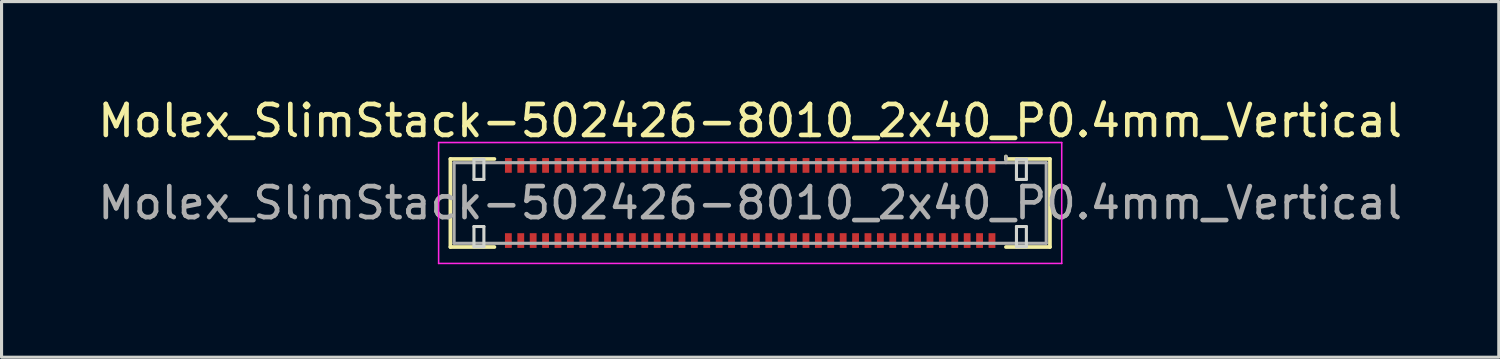
<source format=kicad_pcb>
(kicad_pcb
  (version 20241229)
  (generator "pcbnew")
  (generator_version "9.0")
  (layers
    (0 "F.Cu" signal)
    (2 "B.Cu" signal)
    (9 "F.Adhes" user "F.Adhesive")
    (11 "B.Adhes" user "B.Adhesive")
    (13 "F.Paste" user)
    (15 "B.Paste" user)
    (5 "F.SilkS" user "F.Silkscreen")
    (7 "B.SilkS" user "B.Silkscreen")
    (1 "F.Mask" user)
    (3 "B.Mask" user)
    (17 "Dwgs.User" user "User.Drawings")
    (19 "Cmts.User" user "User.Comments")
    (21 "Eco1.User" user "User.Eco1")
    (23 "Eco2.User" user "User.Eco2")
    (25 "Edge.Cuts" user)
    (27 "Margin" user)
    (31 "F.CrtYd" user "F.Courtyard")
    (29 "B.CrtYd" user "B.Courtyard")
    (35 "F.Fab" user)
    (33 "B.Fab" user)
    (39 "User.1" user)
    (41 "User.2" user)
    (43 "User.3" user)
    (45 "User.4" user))
  (footprint "Molex_SlimStack-502426-8010_2x40_P0.4mm_Vertical"
    (layer "F.Cu")
    (at 21.149 3.498)
    (property "Reference" "Molex_SlimStack-502426-8010_2x40_P0.4mm_Vertical" (at 0 -2.65 0) (layer "F.SilkS") (effects (font (size 1 1) (thickness 0.15))))
    (attr smd)
    (fp_line (start -9.67 -1.42) (end -8.25 -1.42) (stroke (width 0.12) (type solid)) (layer "F.SilkS"))
    (fp_line (start -9.67 1.42) (end -9.67 -1.42) (stroke (width 0.12) (type solid)) (layer "F.SilkS"))
    (fp_line (start -8.25 1.42) (end -9.67 1.42) (stroke (width 0.12) (type solid)) (layer "F.SilkS"))
    (fp_line (start 8.25 -1.42) (end 8.25 -1.5) (stroke (width 0.12) (type solid)) (layer "F.SilkS"))
    (fp_line (start 8.25 1.42) (end 9.67 1.42) (stroke (width 0.12) (type solid)) (layer "F.SilkS"))
    (fp_line (start 9.67 -1.42) (end 8.25 -1.42) (stroke (width 0.12) (type solid)) (layer "F.SilkS"))
    (fp_line (start 9.67 1.42) (end 9.67 -1.42) (stroke (width 0.12) (type solid)) (layer "F.SilkS"))
    (fp_line (start -8.91 -1.41) (end -8.91 -0.76) (stroke (width 0.1) (type solid)) (layer "Edge.Cuts"))
    (fp_line (start -8.91 -0.76) (end -8.59 -0.76) (stroke (width 0.1) (type solid)) (layer "Edge.Cuts"))
    (fp_line (start -8.91 0.76) (end -8.91 1.41) (stroke (width 0.1) (type solid)) (layer "Edge.Cuts"))
    (fp_line (start -8.91 1.41) (end -8.59 1.41) (stroke (width 0.1) (type solid)) (layer "Edge.Cuts"))
    (fp_line (start -8.59 -1.41) (end -8.91 -1.41) (stroke (width 0.1) (type solid)) (layer "Edge.Cuts"))
    (fp_line (start -8.59 -0.76) (end -8.59 -1.41) (stroke (width 0.1) (type solid)) (layer "Edge.Cuts"))
    (fp_line (start -8.59 0.76) (end -8.91 0.76) (stroke (width 0.1) (type solid)) (layer "Edge.Cuts"))
    (fp_line (start -8.59 1.41) (end -8.59 0.76) (stroke (width 0.1) (type solid)) (layer "Edge.Cuts"))
    (fp_line (start 8.59 -1.41) (end 8.59 -0.76) (stroke (width 0.1) (type solid)) (layer "Edge.Cuts"))
    (fp_line (start 8.59 -0.76) (end 8.91 -0.76) (stroke (width 0.1) (type solid)) (layer "Edge.Cuts"))
    (fp_line (start 8.59 0.76) (end 8.59 1.41) (stroke (width 0.1) (type solid)) (layer "Edge.Cuts"))
    (fp_line (start 8.59 1.41) (end 8.91 1.41) (stroke (width 0.1) (type solid)) (layer "Edge.Cuts"))
    (fp_line (start 8.91 -1.41) (end 8.59 -1.41) (stroke (width 0.1) (type solid)) (layer "Edge.Cuts"))
    (fp_line (start 8.91 -0.76) (end 8.91 -1.41) (stroke (width 0.1) (type solid)) (layer "Edge.Cuts"))
    (fp_line (start 8.91 0.76) (end 8.59 0.76) (stroke (width 0.1) (type solid)) (layer "Edge.Cuts"))
    (fp_line (start 8.91 1.41) (end 8.91 0.76) (stroke (width 0.1) (type solid)) (layer "Edge.Cuts"))
    (fp_line (start -10.05 -1.95) (end -10.05 1.95) (stroke (width 0.05) (type solid)) (layer "F.CrtYd"))
    (fp_line (start -10.05 1.95) (end 10.05 1.95) (stroke (width 0.05) (type solid)) (layer "F.CrtYd"))
    (fp_line (start 10.05 -1.95) (end -10.05 -1.95) (stroke (width 0.05) (type solid)) (layer "F.CrtYd"))
    (fp_line (start 10.05 1.95) (end 10.05 -1.95) (stroke (width 0.05) (type solid)) (layer "F.CrtYd"))
    (fp_line (start -9.55 -1.3) (end -9.55 1.3) (stroke (width 0.1) (type solid)) (layer "F.Fab"))
    (fp_line (start -9.55 1.3) (end 9.55 1.3) (stroke (width 0.1) (type solid)) (layer "F.Fab"))
    (fp_line (start 8.25 -1.3) (end 8.25 -1.5) (stroke (width 0.1) (type solid)) (layer "F.Fab"))
    (fp_line (start 9.55 -1.3) (end -9.55 -1.3) (stroke (width 0.1) (type solid)) (layer "F.Fab"))
    (fp_line (start 9.55 1.3) (end 9.55 -1.3) (stroke (width 0.1) (type solid)) (layer "F.Fab"))
    (fp_text user "${REFERENCE}" (at 0 0 0) (layer "F.Fab") (effects (font (size 1 1) (thickness 0.15))))
    (pad "1" smd rect (at 7.8 -1.212) (size 0.22 0.475) (layers "F.Cu" "F.Mask" "F.Paste"))
    (pad "2" smd rect (at 7.8 1.212) (size 0.22 0.475) (layers "F.Cu" "F.Mask" "F.Paste"))
    (pad "3" smd rect (at 7.4 -1.212) (size 0.22 0.475) (layers "F.Cu" "F.Mask" "F.Paste"))
    (pad "4" smd rect (at 7.4 1.212) (size 0.22 0.475) (layers "F.Cu" "F.Mask" "F.Paste"))
    (pad "5" smd rect (at 7 -1.212) (size 0.22 0.475) (layers "F.Cu" "F.Mask" "F.Paste"))
    (pad "6" smd rect (at 7 1.212) (size 0.22 0.475) (layers "F.Cu" "F.Mask" "F.Paste"))
    (pad "7" smd rect (at 6.6 -1.212) (size 0.22 0.475) (layers "F.Cu" "F.Mask" "F.Paste"))
    (pad "8" smd rect (at 6.6 1.212) (size 0.22 0.475) (layers "F.Cu" "F.Mask" "F.Paste"))
    (pad "9" smd rect (at 6.2 -1.212) (size 0.22 0.475) (layers "F.Cu" "F.Mask" "F.Paste"))
    (pad "10" smd rect (at 6.2 1.212) (size 0.22 0.475) (layers "F.Cu" "F.Mask" "F.Paste"))
    (pad "11" smd rect (at 5.8 -1.212) (size 0.22 0.475) (layers "F.Cu" "F.Mask" "F.Paste"))
    (pad "12" smd rect (at 5.8 1.212) (size 0.22 0.475) (layers "F.Cu" "F.Mask" "F.Paste"))
    (pad "13" smd rect (at 5.4 -1.212) (size 0.22 0.475) (layers "F.Cu" "F.Mask" "F.Paste"))
    (pad "14" smd rect (at 5.4 1.212) (size 0.22 0.475) (layers "F.Cu" "F.Mask" "F.Paste"))
    (pad "15" smd rect (at 5 -1.212) (size 0.22 0.475) (layers "F.Cu" "F.Mask" "F.Paste"))
    (pad "16" smd rect (at 5 1.212) (size 0.22 0.475) (layers "F.Cu" "F.Mask" "F.Paste"))
    (pad "17" smd rect (at 4.6 -1.212) (size 0.22 0.475) (layers "F.Cu" "F.Mask" "F.Paste"))
    (pad "18" smd rect (at 4.6 1.212) (size 0.22 0.475) (layers "F.Cu" "F.Mask" "F.Paste"))
    (pad "19" smd rect (at 4.2 -1.212) (size 0.22 0.475) (layers "F.Cu" "F.Mask" "F.Paste"))
    (pad "20" smd rect (at 4.2 1.212) (size 0.22 0.475) (layers "F.Cu" "F.Mask" "F.Paste"))
    (pad "21" smd rect (at 3.8 -1.212) (size 0.22 0.475) (layers "F.Cu" "F.Mask" "F.Paste"))
    (pad "22" smd rect (at 3.8 1.212) (size 0.22 0.475) (layers "F.Cu" "F.Mask" "F.Paste"))
    (pad "23" smd rect (at 3.4 -1.212) (size 0.22 0.475) (layers "F.Cu" "F.Mask" "F.Paste"))
    (pad "24" smd rect (at 3.4 1.212) (size 0.22 0.475) (layers "F.Cu" "F.Mask" "F.Paste"))
    (pad "25" smd rect (at 3 -1.212) (size 0.22 0.475) (layers "F.Cu" "F.Mask" "F.Paste"))
    (pad "26" smd rect (at 3 1.212) (size 0.22 0.475) (layers "F.Cu" "F.Mask" "F.Paste"))
    (pad "27" smd rect (at 2.6 -1.212) (size 0.22 0.475) (layers "F.Cu" "F.Mask" "F.Paste"))
    (pad "28" smd rect (at 2.6 1.212) (size 0.22 0.475) (layers "F.Cu" "F.Mask" "F.Paste"))
    (pad "29" smd rect (at 2.2 -1.212) (size 0.22 0.475) (layers "F.Cu" "F.Mask" "F.Paste"))
    (pad "30" smd rect (at 2.2 1.212) (size 0.22 0.475) (layers "F.Cu" "F.Mask" "F.Paste"))
    (pad "31" smd rect (at 1.8 -1.212) (size 0.22 0.475) (layers "F.Cu" "F.Mask" "F.Paste"))
    (pad "32" smd rect (at 1.8 1.212) (size 0.22 0.475) (layers "F.Cu" "F.Mask" "F.Paste"))
    (pad "33" smd rect (at 1.4 -1.212) (size 0.22 0.475) (layers "F.Cu" "F.Mask" "F.Paste"))
    (pad "34" smd rect (at 1.4 1.212) (size 0.22 0.475) (layers "F.Cu" "F.Mask" "F.Paste"))
    (pad "35" smd rect (at 1 -1.212) (size 0.22 0.475) (layers "F.Cu" "F.Mask" "F.Paste"))
    (pad "36" smd rect (at 1 1.212) (size 0.22 0.475) (layers "F.Cu" "F.Mask" "F.Paste"))
    (pad "37" smd rect (at 0.6 -1.212) (size 0.22 0.475) (layers "F.Cu" "F.Mask" "F.Paste"))
    (pad "38" smd rect (at 0.6 1.212) (size 0.22 0.475) (layers "F.Cu" "F.Mask" "F.Paste"))
    (pad "39" smd rect (at 0.2 -1.212) (size 0.22 0.475) (layers "F.Cu" "F.Mask" "F.Paste"))
    (pad "40" smd rect (at 0.2 1.212) (size 0.22 0.475) (layers "F.Cu" "F.Mask" "F.Paste"))
    (pad "41" smd rect (at -0.2 -1.212) (size 0.22 0.475) (layers "F.Cu" "F.Mask" "F.Paste"))
    (pad "42" smd rect (at -0.2 1.212) (size 0.22 0.475) (layers "F.Cu" "F.Mask" "F.Paste"))
    (pad "43" smd rect (at -0.6 -1.212) (size 0.22 0.475) (layers "F.Cu" "F.Mask" "F.Paste"))
    (pad "44" smd rect (at -0.6 1.212) (size 0.22 0.475) (layers "F.Cu" "F.Mask" "F.Paste"))
    (pad "45" smd rect (at -1 -1.212) (size 0.22 0.475) (layers "F.Cu" "F.Mask" "F.Paste"))
    (pad "46" smd rect (at -1 1.212) (size 0.22 0.475) (layers "F.Cu" "F.Mask" "F.Paste"))
    (pad "47" smd rect (at -1.4 -1.212) (size 0.22 0.475) (layers "F.Cu" "F.Mask" "F.Paste"))
    (pad "48" smd rect (at -1.4 1.212) (size 0.22 0.475) (layers "F.Cu" "F.Mask" "F.Paste"))
    (pad "49" smd rect (at -1.8 -1.212) (size 0.22 0.475) (layers "F.Cu" "F.Mask" "F.Paste"))
    (pad "50" smd rect (at -1.8 1.212) (size 0.22 0.475) (layers "F.Cu" "F.Mask" "F.Paste"))
    (pad "51" smd rect (at -2.2 -1.212) (size 0.22 0.475) (layers "F.Cu" "F.Mask" "F.Paste"))
    (pad "52" smd rect (at -2.2 1.212) (size 0.22 0.475) (layers "F.Cu" "F.Mask" "F.Paste"))
    (pad "53" smd rect (at -2.6 -1.212) (size 0.22 0.475) (layers "F.Cu" "F.Mask" "F.Paste"))
    (pad "54" smd rect (at -2.6 1.212) (size 0.22 0.475) (layers "F.Cu" "F.Mask" "F.Paste"))
    (pad "55" smd rect (at -3 -1.212) (size 0.22 0.475) (layers "F.Cu" "F.Mask" "F.Paste"))
    (pad "56" smd rect (at -3 1.212) (size 0.22 0.475) (layers "F.Cu" "F.Mask" "F.Paste"))
    (pad "57" smd rect (at -3.4 -1.212) (size 0.22 0.475) (layers "F.Cu" "F.Mask" "F.Paste"))
    (pad "58" smd rect (at -3.4 1.212) (size 0.22 0.475) (layers "F.Cu" "F.Mask" "F.Paste"))
    (pad "59" smd rect (at -3.8 -1.212) (size 0.22 0.475) (layers "F.Cu" "F.Mask" "F.Paste"))
    (pad "60" smd rect (at -3.8 1.212) (size 0.22 0.475) (layers "F.Cu" "F.Mask" "F.Paste"))
    (pad "61" smd rect (at -4.2 -1.212) (size 0.22 0.475) (layers "F.Cu" "F.Mask" "F.Paste"))
    (pad "62" smd rect (at -4.2 1.212) (size 0.22 0.475) (layers "F.Cu" "F.Mask" "F.Paste"))
    (pad "63" smd rect (at -4.6 -1.212) (size 0.22 0.475) (layers "F.Cu" "F.Mask" "F.Paste"))
    (pad "64" smd rect (at -4.6 1.212) (size 0.22 0.475) (layers "F.Cu" "F.Mask" "F.Paste"))
    (pad "65" smd rect (at -5 -1.212) (size 0.22 0.475) (layers "F.Cu" "F.Mask" "F.Paste"))
    (pad "66" smd rect (at -5 1.212) (size 0.22 0.475) (layers "F.Cu" "F.Mask" "F.Paste"))
    (pad "67" smd rect (at -5.4 -1.212) (size 0.22 0.475) (layers "F.Cu" "F.Mask" "F.Paste"))
    (pad "68" smd rect (at -5.4 1.212) (size 0.22 0.475) (layers "F.Cu" "F.Mask" "F.Paste"))
    (pad "69" smd rect (at -5.8 -1.212) (size 0.22 0.475) (layers "F.Cu" "F.Mask" "F.Paste"))
    (pad "70" smd rect (at -5.8 1.212) (size 0.22 0.475) (layers "F.Cu" "F.Mask" "F.Paste"))
    (pad "71" smd rect (at -6.2 -1.212) (size 0.22 0.475) (layers "F.Cu" "F.Mask" "F.Paste"))
    (pad "72" smd rect (at -6.2 1.212) (size 0.22 0.475) (layers "F.Cu" "F.Mask" "F.Paste"))
    (pad "73" smd rect (at -6.6 -1.212) (size 0.22 0.475) (layers "F.Cu" "F.Mask" "F.Paste"))
    (pad "74" smd rect (at -6.6 1.212) (size 0.22 0.475) (layers "F.Cu" "F.Mask" "F.Paste"))
    (pad "75" smd rect (at -7 -1.212) (size 0.22 0.475) (layers "F.Cu" "F.Mask" "F.Paste"))
    (pad "76" smd rect (at -7 1.212) (size 0.22 0.475) (layers "F.Cu" "F.Mask" "F.Paste"))
    (pad "77" smd rect (at -7.4 -1.212) (size 0.22 0.475) (layers "F.Cu" "F.Mask" "F.Paste"))
    (pad "78" smd rect (at -7.4 1.212) (size 0.22 0.475) (layers "F.Cu" "F.Mask" "F.Paste"))
    (pad "79" smd rect (at -7.8 -1.212) (size 0.22 0.475) (layers "F.Cu" "F.Mask" "F.Paste"))
    (pad "80" smd rect (at -7.8 1.212) (size 0.22 0.475) (layers "F.Cu" "F.Mask" "F.Paste")))
  (gr_rect
    (start -3 -3)
    (end 45.298 8.473)
    (stroke (width 0.1) (type default))
    (fill no)
    (layer "Edge.Cuts")))
</source>
